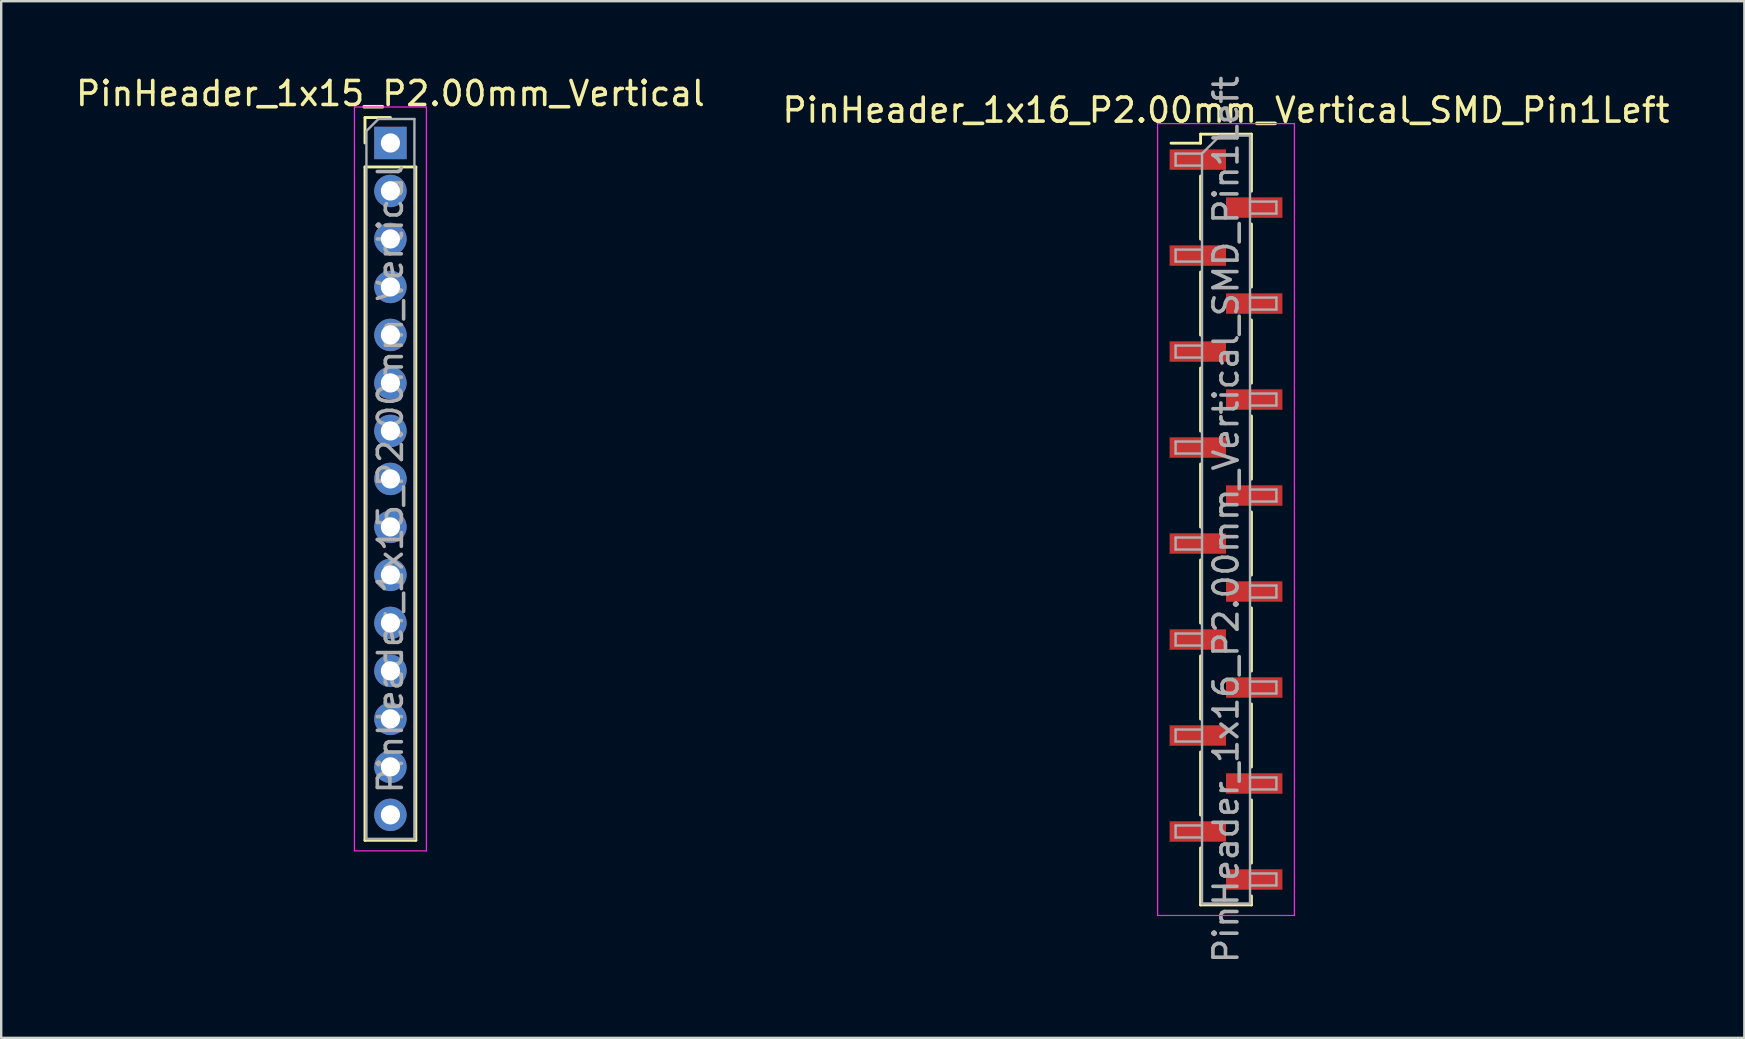
<source format=kicad_pcb>
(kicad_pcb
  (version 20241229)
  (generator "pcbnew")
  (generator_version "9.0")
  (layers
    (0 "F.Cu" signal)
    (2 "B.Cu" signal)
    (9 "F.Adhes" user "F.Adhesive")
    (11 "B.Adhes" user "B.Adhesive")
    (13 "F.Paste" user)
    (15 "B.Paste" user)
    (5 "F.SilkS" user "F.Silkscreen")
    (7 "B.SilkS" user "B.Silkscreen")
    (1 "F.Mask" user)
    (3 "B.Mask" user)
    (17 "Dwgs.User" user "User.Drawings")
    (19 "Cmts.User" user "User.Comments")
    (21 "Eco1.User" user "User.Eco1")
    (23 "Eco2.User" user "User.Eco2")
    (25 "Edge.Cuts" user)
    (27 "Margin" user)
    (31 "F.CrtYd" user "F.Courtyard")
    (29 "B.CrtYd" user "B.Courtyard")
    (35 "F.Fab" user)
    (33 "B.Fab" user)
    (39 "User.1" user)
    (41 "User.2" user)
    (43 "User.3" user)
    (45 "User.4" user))
  (footprint "PinHeader_1x15_P2.00mm_Vertical"
    (layer "F.Cu")
    (at 13.22 2.908)
    (property "Reference" "PinHeader_1x15_P2.00mm_Vertical" (at 0 -2.06 0) (layer "F.SilkS") (effects (font (size 1 1) (thickness 0.15))))
    (attr through_hole)
    (fp_line (start -1.06 -1.06) (end 0 -1.06) (stroke (width 0.12) (type solid)) (layer "F.SilkS"))
    (fp_line (start -1.06 0) (end -1.06 -1.06) (stroke (width 0.12) (type solid)) (layer "F.SilkS"))
    (fp_line (start -1.06 1) (end -1.06 29.06) (stroke (width 0.12) (type solid)) (layer "F.SilkS"))
    (fp_line (start -1.06 1) (end 1.06 1) (stroke (width 0.12) (type solid)) (layer "F.SilkS"))
    (fp_line (start -1.06 29.06) (end 1.06 29.06) (stroke (width 0.12) (type solid)) (layer "F.SilkS"))
    (fp_line (start 1.06 1) (end 1.06 29.06) (stroke (width 0.12) (type solid)) (layer "F.SilkS"))
    (fp_line (start -1.5 -1.5) (end -1.5 29.5) (stroke (width 0.05) (type solid)) (layer "F.CrtYd"))
    (fp_line (start -1.5 29.5) (end 1.5 29.5) (stroke (width 0.05) (type solid)) (layer "F.CrtYd"))
    (fp_line (start 1.5 -1.5) (end -1.5 -1.5) (stroke (width 0.05) (type solid)) (layer "F.CrtYd"))
    (fp_line (start 1.5 29.5) (end 1.5 -1.5) (stroke (width 0.05) (type solid)) (layer "F.CrtYd"))
    (fp_line (start -1 -0.5) (end -0.5 -1) (stroke (width 0.1) (type solid)) (layer "F.Fab"))
    (fp_line (start -1 29) (end -1 -0.5) (stroke (width 0.1) (type solid)) (layer "F.Fab"))
    (fp_line (start -0.5 -1) (end 1 -1) (stroke (width 0.1) (type solid)) (layer "F.Fab"))
    (fp_line (start 1 -1) (end 1 29) (stroke (width 0.1) (type solid)) (layer "F.Fab"))
    (fp_line (start 1 29) (end -1 29) (stroke (width 0.1) (type solid)) (layer "F.Fab"))
    (fp_text user "${REFERENCE}" (at 0 14 90) (layer "F.Fab") (effects (font (size 1 1) (thickness 0.15))))
    (pad "1" thru_hole rect (at 0 0) (size 1.35 1.35) (drill 0.8) (layers "*.Cu" "*.Mask"))
    (pad "2" thru_hole oval (at 0 2) (size 1.35 1.35) (drill 0.8) (layers "*.Cu" "*.Mask"))
    (pad "3" thru_hole oval (at 0 4) (size 1.35 1.35) (drill 0.8) (layers "*.Cu" "*.Mask"))
    (pad "4" thru_hole oval (at 0 6) (size 1.35 1.35) (drill 0.8) (layers "*.Cu" "*.Mask"))
    (pad "5" thru_hole oval (at 0 8) (size 1.35 1.35) (drill 0.8) (layers "*.Cu" "*.Mask"))
    (pad "6" thru_hole oval (at 0 10) (size 1.35 1.35) (drill 0.8) (layers "*.Cu" "*.Mask"))
    (pad "7" thru_hole oval (at 0 12) (size 1.35 1.35) (drill 0.8) (layers "*.Cu" "*.Mask"))
    (pad "8" thru_hole oval (at 0 14) (size 1.35 1.35) (drill 0.8) (layers "*.Cu" "*.Mask"))
    (pad "9" thru_hole oval (at 0 16) (size 1.35 1.35) (drill 0.8) (layers "*.Cu" "*.Mask"))
    (pad "10" thru_hole oval (at 0 18) (size 1.35 1.35) (drill 0.8) (layers "*.Cu" "*.Mask"))
    (pad "11" thru_hole oval (at 0 20) (size 1.35 1.35) (drill 0.8) (layers "*.Cu" "*.Mask"))
    (pad "12" thru_hole oval (at 0 22) (size 1.35 1.35) (drill 0.8) (layers "*.Cu" "*.Mask"))
    (pad "13" thru_hole oval (at 0 24) (size 1.35 1.35) (drill 0.8) (layers "*.Cu" "*.Mask"))
    (pad "14" thru_hole oval (at 0 26) (size 1.35 1.35) (drill 0.8) (layers "*.Cu" "*.Mask"))
    (pad "15" thru_hole oval (at 0 28) (size 1.35 1.35) (drill 0.8) (layers "*.Cu" "*.Mask")))
  (footprint "PinHeader_1x16_P2.00mm_Vertical_SMD_Pin1Left"
    (layer "F.Cu")
    (at 48.042 18.601)
    (property "Reference" "PinHeader_1x16_P2.00mm_Vertical_SMD_Pin1Left" (at 0 -17.06 0) (layer "F.SilkS") (effects (font (size 1 1) (thickness 0.15))))
    (attr smd)
    (fp_line (start -1.06 -16.06) (end -1.06 -15.685) (stroke (width 0.12) (type solid)) (layer "F.SilkS"))
    (fp_line (start -1.06 -16.06) (end 1.06 -16.06) (stroke (width 0.12) (type solid)) (layer "F.SilkS"))
    (fp_line (start -1.06 -15.685) (end -2.29 -15.685) (stroke (width 0.12) (type solid)) (layer "F.SilkS"))
    (fp_line (start -1.06 -14.315) (end -1.06 -11.685) (stroke (width 0.12) (type solid)) (layer "F.SilkS"))
    (fp_line (start -1.06 -10.315) (end -1.06 -7.685) (stroke (width 0.12) (type solid)) (layer "F.SilkS"))
    (fp_line (start -1.06 -6.315) (end -1.06 -3.685) (stroke (width 0.12) (type solid)) (layer "F.SilkS"))
    (fp_line (start -1.06 -2.315) (end -1.06 0.315) (stroke (width 0.12) (type solid)) (layer "F.SilkS"))
    (fp_line (start -1.06 1.685) (end -1.06 4.315) (stroke (width 0.12) (type solid)) (layer "F.SilkS"))
    (fp_line (start -1.06 5.685) (end -1.06 8.315) (stroke (width 0.12) (type solid)) (layer "F.SilkS"))
    (fp_line (start -1.06 9.685) (end -1.06 12.315) (stroke (width 0.12) (type solid)) (layer "F.SilkS"))
    (fp_line (start -1.06 13.685) (end -1.06 16.06) (stroke (width 0.12) (type solid)) (layer "F.SilkS"))
    (fp_line (start -1.06 16.06) (end 1.06 16.06) (stroke (width 0.12) (type solid)) (layer "F.SilkS"))
    (fp_line (start 1.06 -16.06) (end 1.06 -13.685) (stroke (width 0.12) (type solid)) (layer "F.SilkS"))
    (fp_line (start 1.06 -12.315) (end 1.06 -9.685) (stroke (width 0.12) (type solid)) (layer "F.SilkS"))
    (fp_line (start 1.06 -8.315) (end 1.06 -5.685) (stroke (width 0.12) (type solid)) (layer "F.SilkS"))
    (fp_line (start 1.06 -4.315) (end 1.06 -1.685) (stroke (width 0.12) (type solid)) (layer "F.SilkS"))
    (fp_line (start 1.06 -0.315) (end 1.06 2.315) (stroke (width 0.12) (type solid)) (layer "F.SilkS"))
    (fp_line (start 1.06 3.685) (end 1.06 6.315) (stroke (width 0.12) (type solid)) (layer "F.SilkS"))
    (fp_line (start 1.06 7.685) (end 1.06 10.315) (stroke (width 0.12) (type solid)) (layer "F.SilkS"))
    (fp_line (start 1.06 11.685) (end 1.06 14.315) (stroke (width 0.12) (type solid)) (layer "F.SilkS"))
    (fp_line (start 1.06 15.685) (end 1.06 16.06) (stroke (width 0.12) (type solid)) (layer "F.SilkS"))
    (fp_line (start -2.85 -16.5) (end -2.85 16.5) (stroke (width 0.05) (type solid)) (layer "F.CrtYd"))
    (fp_line (start -2.85 16.5) (end 2.85 16.5) (stroke (width 0.05) (type solid)) (layer "F.CrtYd"))
    (fp_line (start 2.85 -16.5) (end -2.85 -16.5) (stroke (width 0.05) (type solid)) (layer "F.CrtYd"))
    (fp_line (start 2.85 16.5) (end 2.85 -16.5) (stroke (width 0.05) (type solid)) (layer "F.CrtYd"))
    (fp_line (start -2.1 -15.25) (end -2.1 -14.75) (stroke (width 0.1) (type solid)) (layer "F.Fab"))
    (fp_line (start -2.1 -14.75) (end -1 -14.75) (stroke (width 0.1) (type solid)) (layer "F.Fab"))
    (fp_line (start -2.1 -11.25) (end -2.1 -10.75) (stroke (width 0.1) (type solid)) (layer "F.Fab"))
    (fp_line (start -2.1 -10.75) (end -1 -10.75) (stroke (width 0.1) (type solid)) (layer "F.Fab"))
    (fp_line (start -2.1 -7.25) (end -2.1 -6.75) (stroke (width 0.1) (type solid)) (layer "F.Fab"))
    (fp_line (start -2.1 -6.75) (end -1 -6.75) (stroke (width 0.1) (type solid)) (layer "F.Fab"))
    (fp_line (start -2.1 -3.25) (end -2.1 -2.75) (stroke (width 0.1) (type solid)) (layer "F.Fab"))
    (fp_line (start -2.1 -2.75) (end -1 -2.75) (stroke (width 0.1) (type solid)) (layer "F.Fab"))
    (fp_line (start -2.1 0.75) (end -2.1 1.25) (stroke (width 0.1) (type solid)) (layer "F.Fab"))
    (fp_line (start -2.1 1.25) (end -1 1.25) (stroke (width 0.1) (type solid)) (layer "F.Fab"))
    (fp_line (start -2.1 4.75) (end -2.1 5.25) (stroke (width 0.1) (type solid)) (layer "F.Fab"))
    (fp_line (start -2.1 5.25) (end -1 5.25) (stroke (width 0.1) (type solid)) (layer "F.Fab"))
    (fp_line (start -2.1 8.75) (end -2.1 9.25) (stroke (width 0.1) (type solid)) (layer "F.Fab"))
    (fp_line (start -2.1 9.25) (end -1 9.25) (stroke (width 0.1) (type solid)) (layer "F.Fab"))
    (fp_line (start -2.1 12.75) (end -2.1 13.25) (stroke (width 0.1) (type solid)) (layer "F.Fab"))
    (fp_line (start -2.1 13.25) (end -1 13.25) (stroke (width 0.1) (type solid)) (layer "F.Fab"))
    (fp_line (start -1 -15.25) (end -2.1 -15.25) (stroke (width 0.1) (type solid)) (layer "F.Fab"))
    (fp_line (start -1 -15.25) (end -0.25 -16) (stroke (width 0.1) (type solid)) (layer "F.Fab"))
    (fp_line (start -1 -11.25) (end -2.1 -11.25) (stroke (width 0.1) (type solid)) (layer "F.Fab"))
    (fp_line (start -1 -7.25) (end -2.1 -7.25) (stroke (width 0.1) (type solid)) (layer "F.Fab"))
    (fp_line (start -1 -3.25) (end -2.1 -3.25) (stroke (width 0.1) (type solid)) (layer "F.Fab"))
    (fp_line (start -1 0.75) (end -2.1 0.75) (stroke (width 0.1) (type solid)) (layer "F.Fab"))
    (fp_line (start -1 4.75) (end -2.1 4.75) (stroke (width 0.1) (type solid)) (layer "F.Fab"))
    (fp_line (start -1 8.75) (end -2.1 8.75) (stroke (width 0.1) (type solid)) (layer "F.Fab"))
    (fp_line (start -1 12.75) (end -2.1 12.75) (stroke (width 0.1) (type solid)) (layer "F.Fab"))
    (fp_line (start -1 16) (end -1 -15.25) (stroke (width 0.1) (type solid)) (layer "F.Fab"))
    (fp_line (start -0.25 -16) (end 1 -16) (stroke (width 0.1) (type solid)) (layer "F.Fab"))
    (fp_line (start 1 -16) (end 1 16) (stroke (width 0.1) (type solid)) (layer "F.Fab"))
    (fp_line (start 1 -13.25) (end 2.1 -13.25) (stroke (width 0.1) (type solid)) (layer "F.Fab"))
    (fp_line (start 1 -9.25) (end 2.1 -9.25) (stroke (width 0.1) (type solid)) (layer "F.Fab"))
    (fp_line (start 1 -5.25) (end 2.1 -5.25) (stroke (width 0.1) (type solid)) (layer "F.Fab"))
    (fp_line (start 1 -1.25) (end 2.1 -1.25) (stroke (width 0.1) (type solid)) (layer "F.Fab"))
    (fp_line (start 1 2.75) (end 2.1 2.75) (stroke (width 0.1) (type solid)) (layer "F.Fab"))
    (fp_line (start 1 6.75) (end 2.1 6.75) (stroke (width 0.1) (type solid)) (layer "F.Fab"))
    (fp_line (start 1 10.75) (end 2.1 10.75) (stroke (width 0.1) (type solid)) (layer "F.Fab"))
    (fp_line (start 1 14.75) (end 2.1 14.75) (stroke (width 0.1) (type solid)) (layer "F.Fab"))
    (fp_line (start 1 16) (end -1 16) (stroke (width 0.1) (type solid)) (layer "F.Fab"))
    (fp_line (start 2.1 -13.25) (end 2.1 -12.75) (stroke (width 0.1) (type solid)) (layer "F.Fab"))
    (fp_line (start 2.1 -12.75) (end 1 -12.75) (stroke (width 0.1) (type solid)) (layer "F.Fab"))
    (fp_line (start 2.1 -9.25) (end 2.1 -8.75) (stroke (width 0.1) (type solid)) (layer "F.Fab"))
    (fp_line (start 2.1 -8.75) (end 1 -8.75) (stroke (width 0.1) (type solid)) (layer "F.Fab"))
    (fp_line (start 2.1 -5.25) (end 2.1 -4.75) (stroke (width 0.1) (type solid)) (layer "F.Fab"))
    (fp_line (start 2.1 -4.75) (end 1 -4.75) (stroke (width 0.1) (type solid)) (layer "F.Fab"))
    (fp_line (start 2.1 -1.25) (end 2.1 -0.75) (stroke (width 0.1) (type solid)) (layer "F.Fab"))
    (fp_line (start 2.1 -0.75) (end 1 -0.75) (stroke (width 0.1) (type solid)) (layer "F.Fab"))
    (fp_line (start 2.1 2.75) (end 2.1 3.25) (stroke (width 0.1) (type solid)) (layer "F.Fab"))
    (fp_line (start 2.1 3.25) (end 1 3.25) (stroke (width 0.1) (type solid)) (layer "F.Fab"))
    (fp_line (start 2.1 6.75) (end 2.1 7.25) (stroke (width 0.1) (type solid)) (layer "F.Fab"))
    (fp_line (start 2.1 7.25) (end 1 7.25) (stroke (width 0.1) (type solid)) (layer "F.Fab"))
    (fp_line (start 2.1 10.75) (end 2.1 11.25) (stroke (width 0.1) (type solid)) (layer "F.Fab"))
    (fp_line (start 2.1 11.25) (end 1 11.25) (stroke (width 0.1) (type solid)) (layer "F.Fab"))
    (fp_line (start 2.1 14.75) (end 2.1 15.25) (stroke (width 0.1) (type solid)) (layer "F.Fab"))
    (fp_line (start 2.1 15.25) (end 1 15.25) (stroke (width 0.1) (type solid)) (layer "F.Fab"))
    (fp_text user "${REFERENCE}" (at 0 0 90) (layer "F.Fab") (effects (font (size 1 1) (thickness 0.15))))
    (pad "1" smd rect (at -1.175 -15) (size 2.35 0.85) (layers "F.Cu" "F.Mask" "F.Paste"))
    (pad "2" smd rect (at 1.175 -13) (size 2.35 0.85) (layers "F.Cu" "F.Mask" "F.Paste"))
    (pad "3" smd rect (at -1.175 -11) (size 2.35 0.85) (layers "F.Cu" "F.Mask" "F.Paste"))
    (pad "4" smd rect (at 1.175 -9) (size 2.35 0.85) (layers "F.Cu" "F.Mask" "F.Paste"))
    (pad "5" smd rect (at -1.175 -7) (size 2.35 0.85) (layers "F.Cu" "F.Mask" "F.Paste"))
    (pad "6" smd rect (at 1.175 -5) (size 2.35 0.85) (layers "F.Cu" "F.Mask" "F.Paste"))
    (pad "7" smd rect (at -1.175 -3) (size 2.35 0.85) (layers "F.Cu" "F.Mask" "F.Paste"))
    (pad "8" smd rect (at 1.175 -1) (size 2.35 0.85) (layers "F.Cu" "F.Mask" "F.Paste"))
    (pad "9" smd rect (at -1.175 1) (size 2.35 0.85) (layers "F.Cu" "F.Mask" "F.Paste"))
    (pad "10" smd rect (at 1.175 3) (size 2.35 0.85) (layers "F.Cu" "F.Mask" "F.Paste"))
    (pad "11" smd rect (at -1.175 5) (size 2.35 0.85) (layers "F.Cu" "F.Mask" "F.Paste"))
    (pad "12" smd rect (at 1.175 7) (size 2.35 0.85) (layers "F.Cu" "F.Mask" "F.Paste"))
    (pad "13" smd rect (at -1.175 9) (size 2.35 0.85) (layers "F.Cu" "F.Mask" "F.Paste"))
    (pad "14" smd rect (at 1.175 11) (size 2.35 0.85) (layers "F.Cu" "F.Mask" "F.Paste"))
    (pad "15" smd rect (at -1.175 13) (size 2.35 0.85) (layers "F.Cu" "F.Mask" "F.Paste"))
    (pad "16" smd rect (at 1.175 15) (size 2.35 0.85) (layers "F.Cu" "F.Mask" "F.Paste")))
  (gr_rect
    (start -3 -3)
    (end 69.643 40.202)
    (stroke (width 0.1) (type default))
    (fill no)
    (layer "Edge.Cuts")))
</source>
